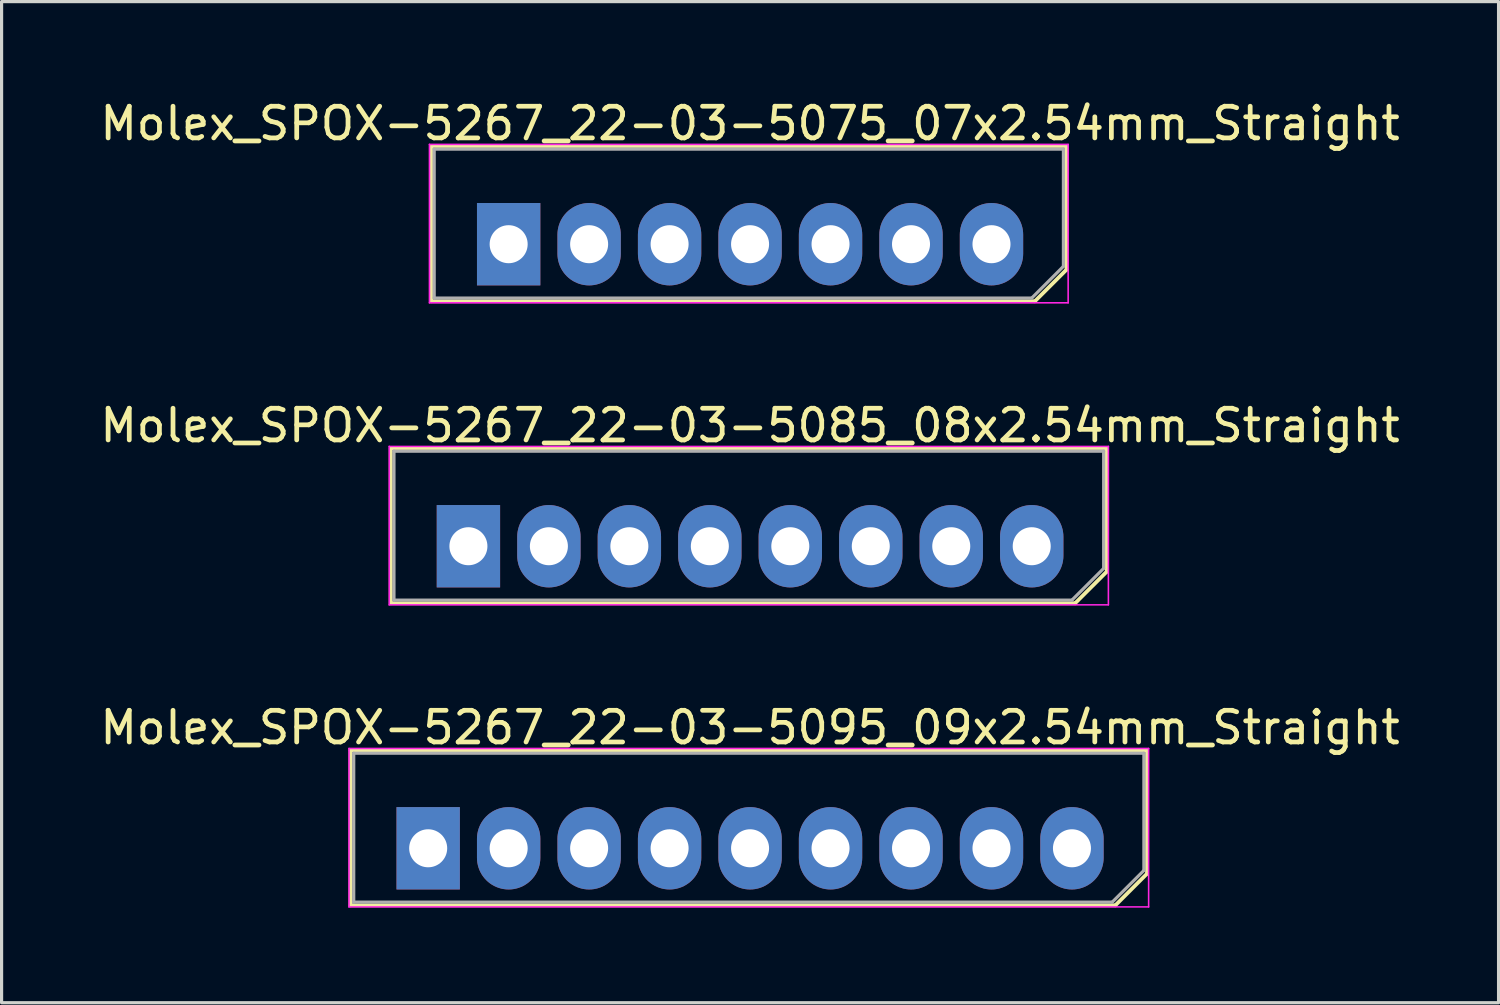
<source format=kicad_pcb>
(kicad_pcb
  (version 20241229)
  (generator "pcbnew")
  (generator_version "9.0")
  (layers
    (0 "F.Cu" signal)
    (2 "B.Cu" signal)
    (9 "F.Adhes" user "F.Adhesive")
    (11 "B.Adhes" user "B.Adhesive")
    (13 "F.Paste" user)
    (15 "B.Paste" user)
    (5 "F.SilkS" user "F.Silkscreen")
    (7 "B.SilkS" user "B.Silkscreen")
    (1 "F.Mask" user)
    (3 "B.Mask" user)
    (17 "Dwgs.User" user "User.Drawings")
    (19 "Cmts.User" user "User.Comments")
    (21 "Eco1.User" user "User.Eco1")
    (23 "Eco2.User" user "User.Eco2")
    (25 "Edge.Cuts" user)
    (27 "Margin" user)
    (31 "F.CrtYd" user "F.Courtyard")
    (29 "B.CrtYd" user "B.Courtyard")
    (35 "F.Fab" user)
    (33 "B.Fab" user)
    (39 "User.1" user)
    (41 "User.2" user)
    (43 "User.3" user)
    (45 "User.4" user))
  (footprint "Molex_SPOX-5267_22-03-5095_09x2.54mm_Straight"
    (layer "F.Cu")
    (at 10.465 23.725)
    (property "Reference" "Molex_SPOX-5267_22-03-5095_09x2.54mm_Straight" (at 10.16 -3.81 0) (layer "F.SilkS") (effects (font (size 1 1) (thickness 0.15))))
    (attr through_hole)
    (fp_line (start -2.45 -3.1) (end -2.45 1.8) (stroke (width 0.12) (type solid)) (layer "F.SilkS"))
    (fp_line (start -2.45 1.8) (end 21.69 1.8) (stroke (width 0.12) (type solid)) (layer "F.SilkS"))
    (fp_line (start 21.69 1.8) (end 22.69 0.8) (stroke (width 0.12) (type solid)) (layer "F.SilkS"))
    (fp_line (start 22.69 -3.1) (end -2.45 -3.1) (stroke (width 0.12) (type solid)) (layer "F.SilkS"))
    (fp_line (start 22.69 0.8) (end 22.69 -3.1) (stroke (width 0.12) (type solid)) (layer "F.SilkS"))
    (fp_line (start -2.5 -3.15) (end 22.74 -3.15) (stroke (width 0.05) (type solid)) (layer "F.CrtYd"))
    (fp_line (start -2.5 1.85) (end -2.5 -3.15) (stroke (width 0.05) (type solid)) (layer "F.CrtYd"))
    (fp_line (start 22.74 -3.15) (end 22.74 1.85) (stroke (width 0.05) (type solid)) (layer "F.CrtYd"))
    (fp_line (start 22.74 1.85) (end -2.5 1.85) (stroke (width 0.05) (type solid)) (layer "F.CrtYd"))
    (fp_line (start -2.35 -3) (end -2.35 1.7) (stroke (width 0.1) (type solid)) (layer "F.Fab"))
    (fp_line (start -2.35 1.7) (end 21.59 1.7) (stroke (width 0.1) (type solid)) (layer "F.Fab"))
    (fp_line (start 21.59 1.7) (end 22.59 0.7) (stroke (width 0.1) (type solid)) (layer "F.Fab"))
    (fp_line (start 22.59 -3) (end -2.35 -3) (stroke (width 0.1) (type solid)) (layer "F.Fab"))
    (fp_line (start 22.59 0.7) (end 22.59 -3) (stroke (width 0.1) (type solid)) (layer "F.Fab"))
    (pad "1" thru_hole rect (at 0 0) (size 2 2.6) (drill 1.2) (layers "*.Cu" "*.Mask"))
    (pad "2" thru_hole oval (at 2.54 0) (size 2 2.6) (drill 1.2) (layers "*.Cu" "*.Mask"))
    (pad "3" thru_hole oval (at 5.08 0) (size 2 2.6) (drill 1.2) (layers "*.Cu" "*.Mask"))
    (pad "4" thru_hole oval (at 7.62 0) (size 2 2.6) (drill 1.2) (layers "*.Cu" "*.Mask"))
    (pad "5" thru_hole oval (at 10.16 0) (size 2 2.6) (drill 1.2) (layers "*.Cu" "*.Mask"))
    (pad "6" thru_hole oval (at 12.7 0) (size 2 2.6) (drill 1.2) (layers "*.Cu" "*.Mask"))
    (pad "7" thru_hole oval (at 15.24 0) (size 2 2.6) (drill 1.2) (layers "*.Cu" "*.Mask"))
    (pad "8" thru_hole oval (at 17.78 0) (size 2 2.6) (drill 1.2) (layers "*.Cu" "*.Mask"))
    (pad "9" thru_hole oval (at 20.32 0) (size 2 2.6) (drill 1.2) (layers "*.Cu" "*.Mask")))
  (footprint "Molex_SPOX-5267_22-03-5085_08x2.54mm_Straight"
    (layer "F.Cu")
    (at 11.735 14.191)
    (property "Reference" "Molex_SPOX-5267_22-03-5085_08x2.54mm_Straight" (at 8.89 -3.81 0) (layer "F.SilkS") (effects (font (size 1 1) (thickness 0.15))))
    (attr through_hole)
    (fp_line (start -2.45 -3.1) (end -2.45 1.8) (stroke (width 0.12) (type solid)) (layer "F.SilkS"))
    (fp_line (start -2.45 1.8) (end 19.15 1.8) (stroke (width 0.12) (type solid)) (layer "F.SilkS"))
    (fp_line (start 19.15 1.8) (end 20.15 0.8) (stroke (width 0.12) (type solid)) (layer "F.SilkS"))
    (fp_line (start 20.15 -3.1) (end -2.45 -3.1) (stroke (width 0.12) (type solid)) (layer "F.SilkS"))
    (fp_line (start 20.15 0.8) (end 20.15 -3.1) (stroke (width 0.12) (type solid)) (layer "F.SilkS"))
    (fp_line (start -2.5 -3.15) (end 20.2 -3.15) (stroke (width 0.05) (type solid)) (layer "F.CrtYd"))
    (fp_line (start -2.5 1.85) (end -2.5 -3.15) (stroke (width 0.05) (type solid)) (layer "F.CrtYd"))
    (fp_line (start 20.2 -3.15) (end 20.2 1.85) (stroke (width 0.05) (type solid)) (layer "F.CrtYd"))
    (fp_line (start 20.2 1.85) (end -2.5 1.85) (stroke (width 0.05) (type solid)) (layer "F.CrtYd"))
    (fp_line (start -2.35 -3) (end -2.35 1.7) (stroke (width 0.1) (type solid)) (layer "F.Fab"))
    (fp_line (start -2.35 1.7) (end 19.05 1.7) (stroke (width 0.1) (type solid)) (layer "F.Fab"))
    (fp_line (start 19.05 1.7) (end 20.05 0.7) (stroke (width 0.1) (type solid)) (layer "F.Fab"))
    (fp_line (start 20.05 -3) (end -2.35 -3) (stroke (width 0.1) (type solid)) (layer "F.Fab"))
    (fp_line (start 20.05 0.7) (end 20.05 -3) (stroke (width 0.1) (type solid)) (layer "F.Fab"))
    (pad "1" thru_hole rect (at 0 0) (size 2 2.6) (drill 1.2) (layers "*.Cu" "*.Mask"))
    (pad "2" thru_hole oval (at 2.54 0) (size 2 2.6) (drill 1.2) (layers "*.Cu" "*.Mask"))
    (pad "3" thru_hole oval (at 5.08 0) (size 2 2.6) (drill 1.2) (layers "*.Cu" "*.Mask"))
    (pad "4" thru_hole oval (at 7.62 0) (size 2 2.6) (drill 1.2) (layers "*.Cu" "*.Mask"))
    (pad "5" thru_hole oval (at 10.16 0) (size 2 2.6) (drill 1.2) (layers "*.Cu" "*.Mask"))
    (pad "6" thru_hole oval (at 12.7 0) (size 2 2.6) (drill 1.2) (layers "*.Cu" "*.Mask"))
    (pad "7" thru_hole oval (at 15.24 0) (size 2 2.6) (drill 1.2) (layers "*.Cu" "*.Mask"))
    (pad "8" thru_hole oval (at 17.78 0) (size 2 2.6) (drill 1.2) (layers "*.Cu" "*.Mask")))
  (footprint "Molex_SPOX-5267_22-03-5075_07x2.54mm_Straight"
    (layer "F.Cu")
    (at 13.005 4.658)
    (property "Reference" "Molex_SPOX-5267_22-03-5075_07x2.54mm_Straight" (at 7.62 -3.81 0) (layer "F.SilkS") (effects (font (size 1 1) (thickness 0.15))))
    (attr through_hole)
    (fp_line (start -2.45 -3.1) (end -2.45 1.8) (stroke (width 0.12) (type solid)) (layer "F.SilkS"))
    (fp_line (start -2.45 1.8) (end 16.61 1.8) (stroke (width 0.12) (type solid)) (layer "F.SilkS"))
    (fp_line (start 16.61 1.8) (end 17.61 0.8) (stroke (width 0.12) (type solid)) (layer "F.SilkS"))
    (fp_line (start 17.61 -3.1) (end -2.45 -3.1) (stroke (width 0.12) (type solid)) (layer "F.SilkS"))
    (fp_line (start 17.61 0.8) (end 17.61 -3.1) (stroke (width 0.12) (type solid)) (layer "F.SilkS"))
    (fp_line (start -2.5 -3.15) (end 17.66 -3.15) (stroke (width 0.05) (type solid)) (layer "F.CrtYd"))
    (fp_line (start -2.5 1.85) (end -2.5 -3.15) (stroke (width 0.05) (type solid)) (layer "F.CrtYd"))
    (fp_line (start 17.66 -3.15) (end 17.66 1.85) (stroke (width 0.05) (type solid)) (layer "F.CrtYd"))
    (fp_line (start 17.66 1.85) (end -2.5 1.85) (stroke (width 0.05) (type solid)) (layer "F.CrtYd"))
    (fp_line (start -2.35 -3) (end -2.35 1.7) (stroke (width 0.1) (type solid)) (layer "F.Fab"))
    (fp_line (start -2.35 1.7) (end 16.51 1.7) (stroke (width 0.1) (type solid)) (layer "F.Fab"))
    (fp_line (start 16.51 1.7) (end 17.51 0.7) (stroke (width 0.1) (type solid)) (layer "F.Fab"))
    (fp_line (start 17.51 -3) (end -2.35 -3) (stroke (width 0.1) (type solid)) (layer "F.Fab"))
    (fp_line (start 17.51 0.7) (end 17.51 -3) (stroke (width 0.1) (type solid)) (layer "F.Fab"))
    (pad "1" thru_hole rect (at 0 0) (size 2 2.6) (drill 1.2) (layers "*.Cu" "*.Mask"))
    (pad "2" thru_hole oval (at 2.54 0) (size 2 2.6) (drill 1.2) (layers "*.Cu" "*.Mask"))
    (pad "3" thru_hole oval (at 5.08 0) (size 2 2.6) (drill 1.2) (layers "*.Cu" "*.Mask"))
    (pad "4" thru_hole oval (at 7.62 0) (size 2 2.6) (drill 1.2) (layers "*.Cu" "*.Mask"))
    (pad "5" thru_hole oval (at 10.16 0) (size 2 2.6) (drill 1.2) (layers "*.Cu" "*.Mask"))
    (pad "6" thru_hole oval (at 12.7 0) (size 2 2.6) (drill 1.2) (layers "*.Cu" "*.Mask"))
    (pad "7" thru_hole oval (at 15.24 0) (size 2 2.6) (drill 1.2) (layers "*.Cu" "*.Mask")))
  (gr_rect
    (start -3 -3)
    (end 44.25 28.6)
    (stroke (width 0.1) (type default))
    (fill no)
    (layer "Edge.Cuts")))
</source>
